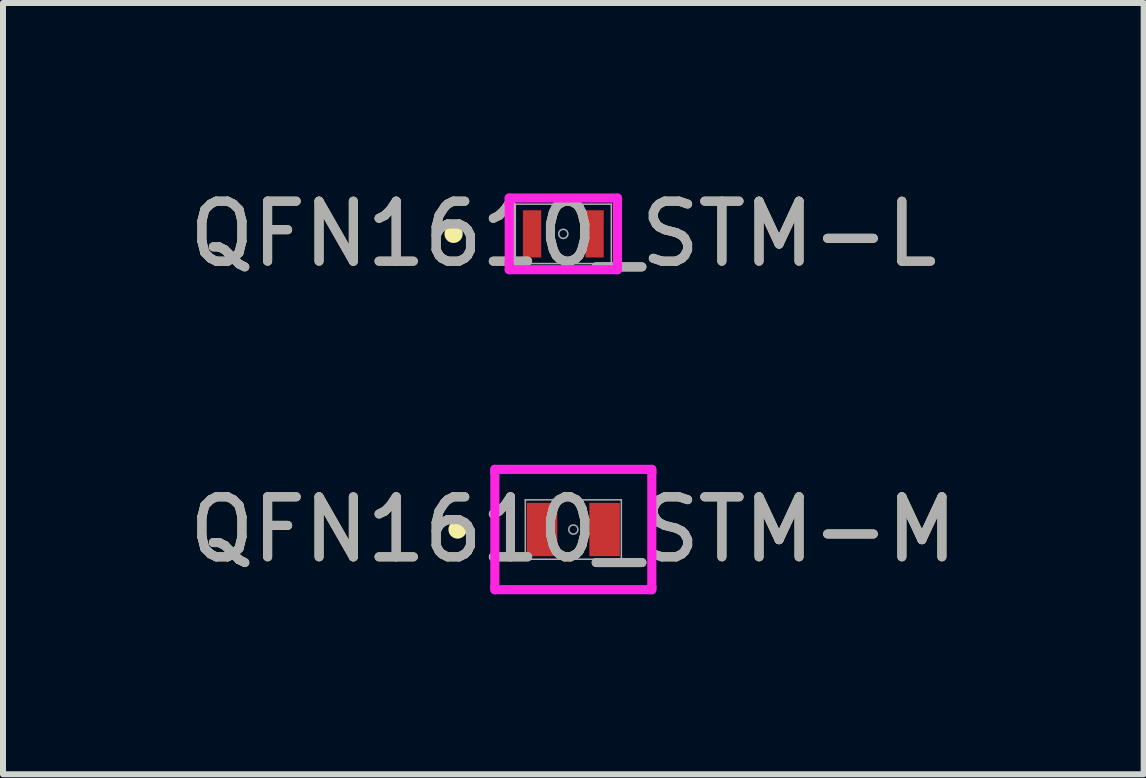
<source format=kicad_pcb>
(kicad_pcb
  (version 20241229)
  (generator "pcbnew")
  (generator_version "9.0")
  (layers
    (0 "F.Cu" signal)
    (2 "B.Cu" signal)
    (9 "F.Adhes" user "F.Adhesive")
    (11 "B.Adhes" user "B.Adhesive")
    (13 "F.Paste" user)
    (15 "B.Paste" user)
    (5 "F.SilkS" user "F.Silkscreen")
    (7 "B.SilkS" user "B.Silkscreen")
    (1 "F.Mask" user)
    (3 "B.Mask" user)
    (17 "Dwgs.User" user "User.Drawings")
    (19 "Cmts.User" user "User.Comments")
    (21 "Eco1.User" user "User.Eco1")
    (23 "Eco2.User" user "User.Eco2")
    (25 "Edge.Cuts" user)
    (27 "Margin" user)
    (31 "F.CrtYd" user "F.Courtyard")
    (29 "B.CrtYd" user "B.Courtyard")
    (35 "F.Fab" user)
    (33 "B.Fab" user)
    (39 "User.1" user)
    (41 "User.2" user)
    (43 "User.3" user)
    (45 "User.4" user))
  (footprint "QFN1610_STM-L"
    (layer "F.Cu")
    (at 6.339 0.848)
    (property "Reference" "QFN1610_STM-L" (at 0 0 0) (unlocked yes) (layer "F.SilkS") (effects (font (size 1 1) (thickness 0.15))))
    (attr smd)
    (fp_circle (center -1.829 0) (end -1.753 0) (stroke (width 0.152) (type solid)) (fill no) (layer "F.SilkS"))
    (fp_line (start -0.902 -0.597) (end 0.902 -0.597) (stroke (width 0.152) (type solid)) (layer "F.CrtYd"))
    (fp_line (start -0.902 -0.495) (end -0.902 -0.597) (stroke (width 0.152) (type solid)) (layer "F.CrtYd"))
    (fp_line (start -0.902 -0.495) (end -0.902 -0.495) (stroke (width 0.152) (type solid)) (layer "F.CrtYd"))
    (fp_line (start -0.902 0.495) (end -0.902 -0.495) (stroke (width 0.152) (type solid)) (layer "F.CrtYd"))
    (fp_line (start -0.902 0.495) (end -0.902 0.495) (stroke (width 0.152) (type solid)) (layer "F.CrtYd"))
    (fp_line (start -0.902 0.597) (end -0.902 0.495) (stroke (width 0.152) (type solid)) (layer "F.CrtYd"))
    (fp_line (start 0.902 -0.597) (end 0.902 -0.495) (stroke (width 0.152) (type solid)) (layer "F.CrtYd"))
    (fp_line (start 0.902 -0.495) (end 0.902 -0.495) (stroke (width 0.152) (type solid)) (layer "F.CrtYd"))
    (fp_line (start 0.902 -0.495) (end 0.902 0.495) (stroke (width 0.152) (type solid)) (layer "F.CrtYd"))
    (fp_line (start 0.902 0.495) (end 0.902 0.495) (stroke (width 0.152) (type solid)) (layer "F.CrtYd"))
    (fp_line (start 0.902 0.495) (end 0.902 0.597) (stroke (width 0.152) (type solid)) (layer "F.CrtYd"))
    (fp_line (start 0.902 0.597) (end -0.902 0.597) (stroke (width 0.152) (type solid)) (layer "F.CrtYd"))
    (fp_line (start -0.8 -0.495) (end -0.8 0.495) (stroke (width 0.025) (type solid)) (layer "F.Fab"))
    (fp_line (start -0.8 0.495) (end 0.8 0.495) (stroke (width 0.025) (type solid)) (layer "F.Fab"))
    (fp_line (start 0.8 -0.495) (end -0.8 -0.495) (stroke (width 0.025) (type solid)) (layer "F.Fab"))
    (fp_line (start 0.8 0.495) (end 0.8 -0.495) (stroke (width 0.025) (type solid)) (layer "F.Fab"))
    (fp_circle (center 0 0) (end 0.076 0) (stroke (width 0.025) (type solid)) (fill no) (layer "F.Fab"))
    (fp_text user "${REFERENCE}" (at 0 0 0) (unlocked yes) (layer "F.Fab") (effects (font (size 1 1) (thickness 0.15))))
    (pad "1" smd rect (at -0.521 0) (size 0.305 0.787) (layers "F.Cu" "F.Mask" "F.Paste"))
    (pad "2" smd rect (at 0.521 0) (size 0.305 0.787) (layers "F.Cu" "F.Mask" "F.Paste")))
  (footprint "QFN1610_STM-M"
    (layer "F.Cu")
    (at 6.506 5.776)
    (property "Reference" "QFN1610_STM-M" (at 0 0 0) (unlocked yes) (layer "F.SilkS") (effects (font (size 1 1) (thickness 0.15))))
    (attr smd)
    (fp_circle (center -1.93 0) (end -1.854 0) (stroke (width 0.152) (type solid)) (fill no) (layer "F.SilkS"))
    (fp_line (start -1.308 -1.003) (end 1.308 -1.003) (stroke (width 0.152) (type solid)) (layer "F.CrtYd"))
    (fp_line (start -1.308 -0.953) (end -1.308 -1.003) (stroke (width 0.152) (type solid)) (layer "F.CrtYd"))
    (fp_line (start -1.308 -0.953) (end -1.308 -0.953) (stroke (width 0.152) (type solid)) (layer "F.CrtYd"))
    (fp_line (start -1.308 0.953) (end -1.308 -0.953) (stroke (width 0.152) (type solid)) (layer "F.CrtYd"))
    (fp_line (start -1.308 0.953) (end -1.308 0.953) (stroke (width 0.152) (type solid)) (layer "F.CrtYd"))
    (fp_line (start -1.308 1.003) (end -1.308 0.953) (stroke (width 0.152) (type solid)) (layer "F.CrtYd"))
    (fp_line (start 1.308 -1.003) (end 1.308 -0.953) (stroke (width 0.152) (type solid)) (layer "F.CrtYd"))
    (fp_line (start 1.308 -0.953) (end 1.308 -0.953) (stroke (width 0.152) (type solid)) (layer "F.CrtYd"))
    (fp_line (start 1.308 -0.953) (end 1.308 0.953) (stroke (width 0.152) (type solid)) (layer "F.CrtYd"))
    (fp_line (start 1.308 0.953) (end 1.308 0.953) (stroke (width 0.152) (type solid)) (layer "F.CrtYd"))
    (fp_line (start 1.308 0.953) (end 1.308 1.003) (stroke (width 0.152) (type solid)) (layer "F.CrtYd"))
    (fp_line (start 1.308 1.003) (end -1.308 1.003) (stroke (width 0.152) (type solid)) (layer "F.CrtYd"))
    (fp_line (start -0.8 -0.495) (end -0.8 0.495) (stroke (width 0.025) (type solid)) (layer "F.Fab"))
    (fp_line (start -0.8 0.495) (end 0.8 0.495) (stroke (width 0.025) (type solid)) (layer "F.Fab"))
    (fp_line (start 0.8 -0.495) (end -0.8 -0.495) (stroke (width 0.025) (type solid)) (layer "F.Fab"))
    (fp_line (start 0.8 0.495) (end 0.8 -0.495) (stroke (width 0.025) (type solid)) (layer "F.Fab"))
    (fp_circle (center 0 0) (end 0.076 0) (stroke (width 0.025) (type solid)) (fill no) (layer "F.Fab"))
    (fp_text user "${REFERENCE}" (at 0 0 0) (unlocked yes) (layer "F.Fab") (effects (font (size 1 1) (thickness 0.15))))
    (pad "1" smd rect (at -0.521 0) (size 0.508 0.889) (layers "F.Cu" "F.Mask" "F.Paste"))
    (pad "2" smd rect (at 0.521 0) (size 0.508 0.889) (layers "F.Cu" "F.Mask" "F.Paste")))
  (gr_rect
    (start -3 -3)
    (end 16.012 9.855)
    (stroke (width 0.1) (type default))
    (fill no)
    (layer "Edge.Cuts")))
</source>
